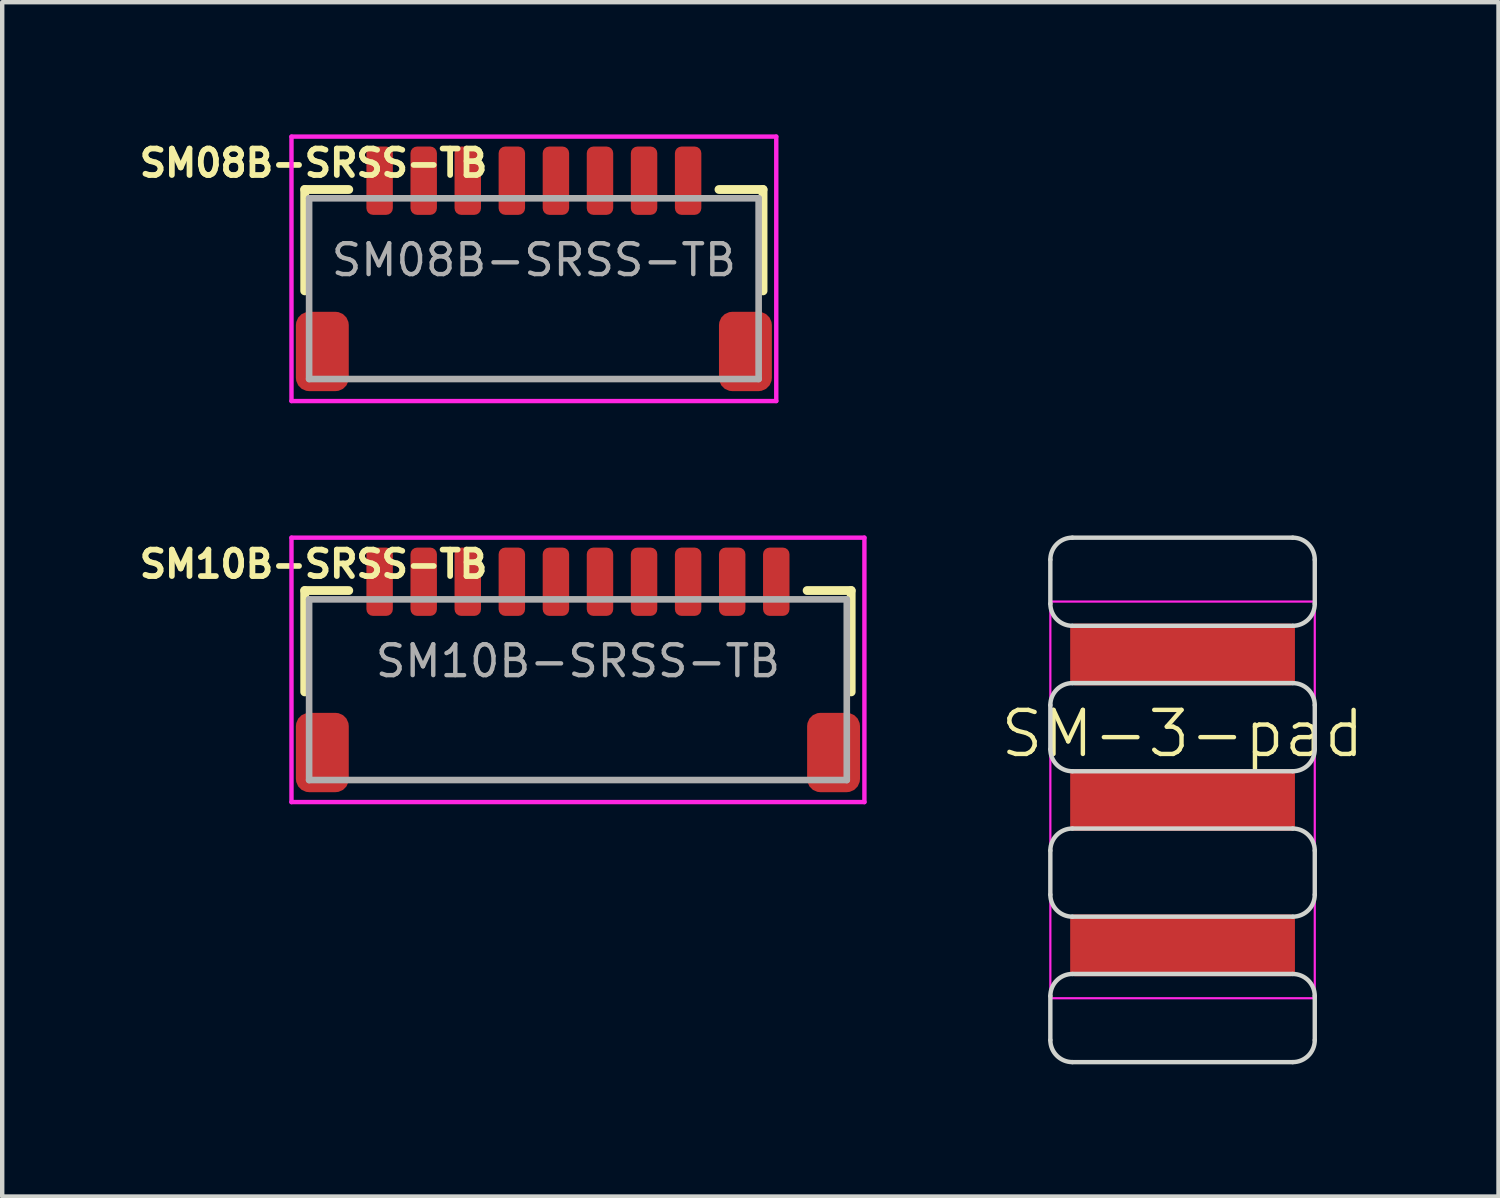
<source format=kicad_pcb>
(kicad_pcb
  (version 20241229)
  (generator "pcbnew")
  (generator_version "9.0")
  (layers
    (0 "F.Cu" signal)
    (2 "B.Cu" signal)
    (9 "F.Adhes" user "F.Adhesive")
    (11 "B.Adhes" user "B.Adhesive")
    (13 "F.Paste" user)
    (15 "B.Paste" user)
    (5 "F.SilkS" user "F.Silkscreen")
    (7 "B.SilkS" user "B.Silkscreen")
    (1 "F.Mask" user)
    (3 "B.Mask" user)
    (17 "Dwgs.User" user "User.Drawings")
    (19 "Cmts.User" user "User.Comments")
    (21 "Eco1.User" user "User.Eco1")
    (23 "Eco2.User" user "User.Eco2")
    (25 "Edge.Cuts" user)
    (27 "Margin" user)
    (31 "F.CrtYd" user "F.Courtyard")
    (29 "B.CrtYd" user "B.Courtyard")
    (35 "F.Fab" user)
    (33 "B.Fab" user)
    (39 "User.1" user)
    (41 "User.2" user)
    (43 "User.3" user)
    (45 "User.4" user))
  (footprint "SM08B-SRSS-TB"
    (layer "F.Cu")
    (at 9.064 2.85)
    (property "Reference" "SM08B-SRSS-TB" (at -5 -2.2 0) (layer "F.SilkS") (effects (font (size 0.6 0.6) (thickness 0.13))))
    (property "Value" "${VALUE}" (at 0 1 0) (layer "F.Fab") (hide yes) (effects (font (size 0.3 0.3) (thickness 0.04))))
    (attr through_hole)
    (fp_line (start -5.2 -1.6) (end -4.2 -1.6) (stroke (width 0.2) (type solid)) (layer "F.SilkS"))
    (fp_line (start -5.2 0.7) (end -5.2 -1.6) (stroke (width 0.2) (type solid)) (layer "F.SilkS"))
    (fp_line (start 4.2 -1.6) (end 5.2 -1.6) (stroke (width 0.2) (type solid)) (layer "F.SilkS"))
    (fp_line (start 5.2 -1.6) (end 5.2 0.7) (stroke (width 0.2) (type solid)) (layer "F.SilkS"))
    (fp_line (start -5.5 -2.8) (end -5.5 3.2) (stroke (width 0.1) (type solid)) (layer "F.CrtYd"))
    (fp_line (start -5.5 3.2) (end 5.5 3.2) (stroke (width 0.1) (type solid)) (layer "F.CrtYd"))
    (fp_line (start 5.5 -2.8) (end -5.5 -2.8) (stroke (width 0.1) (type solid)) (layer "F.CrtYd"))
    (fp_line (start 5.5 3.2) (end 5.5 -2.8) (stroke (width 0.1) (type solid)) (layer "F.CrtYd"))
    (fp_line (start -5.1 -1.4) (end -5.1 2.7) (stroke (width 0.15) (type solid)) (layer "F.Fab"))
    (fp_line (start -5.1 2.7) (end 5.1 2.7) (stroke (width 0.15) (type solid)) (layer "F.Fab"))
    (fp_line (start 5.1 -1.4) (end -5.1 -1.4) (stroke (width 0.15) (type solid)) (layer "F.Fab"))
    (fp_line (start 5.1 2.7) (end 5.1 -1.4) (stroke (width 0.15) (type solid)) (layer "F.Fab"))
    (fp_text user "${REFERENCE}" (at 0 0 0) (layer "F.Fab") (effects (font (size 0.7 0.7) (thickness 0.1))))
    (pad "0" smd roundrect (at -4.8 2.075 180) (size 1.2 1.8) (layers "F.Cu" "F.Mask" "F.Paste") (roundrect_rratio 0.25))
    (pad "0" smd roundrect (at 4.8 2.075 180) (size 1.2 1.8) (layers "F.Cu" "F.Mask" "F.Paste") (roundrect_rratio 0.25))
    (pad "1" smd roundrect (at -3.5 -1.8) (size 0.6 1.55) (layers "F.Cu" "F.Mask" "F.Paste") (roundrect_rratio 0.25))
    (pad "2" smd roundrect (at -2.5 -1.8) (size 0.6 1.55) (layers "F.Cu" "F.Mask" "F.Paste") (roundrect_rratio 0.25))
    (pad "3" smd roundrect (at -1.5 -1.8) (size 0.6 1.55) (layers "F.Cu" "F.Mask" "F.Paste") (roundrect_rratio 0.25))
    (pad "4" smd roundrect (at -0.5 -1.8) (size 0.6 1.55) (layers "F.Cu" "F.Mask" "F.Paste") (roundrect_rratio 0.25))
    (pad "5" smd roundrect (at 0.5 -1.8) (size 0.6 1.55) (layers "F.Cu" "F.Mask" "F.Paste") (roundrect_rratio 0.25))
    (pad "6" smd roundrect (at 1.5 -1.8) (size 0.6 1.55) (layers "F.Cu" "F.Mask" "F.Paste") (roundrect_rratio 0.25))
    (pad "7" smd roundrect (at 2.5 -1.8) (size 0.6 1.55) (layers "F.Cu" "F.Mask" "F.Paste") (roundrect_rratio 0.25))
    (pad "8" smd roundrect (at 3.5 -1.8) (size 0.6 1.55) (layers "F.Cu" "F.Mask" "F.Paste") (roundrect_rratio 0.25)))
  (footprint "SM-3-pad"
    (layer "F.Cu")
    (at 23.783 15.1)
    (property "Reference" "SM-3-pad" (at 0 -1.5 0) (unlocked yes) (layer "F.SilkS") (effects (font (size 1 1) (thickness 0.1))))
    (attr smd board_only exclude_from_pos_files exclude_from_bom)
    (fp_line (start -3 -4.45) (end -3 -5.45) (stroke (width 0.1) (type default)) (layer "Edge.Cuts"))
    (fp_line (start -3 -1.15) (end -3 -2.15) (stroke (width 0.1) (type default)) (layer "Edge.Cuts"))
    (fp_line (start -3 2.15) (end -3 1.15) (stroke (width 0.1) (type default)) (layer "Edge.Cuts"))
    (fp_line (start -3 5.45) (end -3 4.45) (stroke (width 0.1) (type default)) (layer "Edge.Cuts"))
    (fp_line (start -2.5 -5.95) (end 2.5 -5.95) (stroke (width 0.1) (type default)) (layer "Edge.Cuts"))
    (fp_line (start -2.5 -2.65) (end 2.5 -2.65) (stroke (width 0.1) (type default)) (layer "Edge.Cuts"))
    (fp_line (start -2.5 0.65) (end 2.5 0.65) (stroke (width 0.1) (type default)) (layer "Edge.Cuts"))
    (fp_line (start -2.5 3.95) (end 2.5 3.95) (stroke (width 0.1) (type default)) (layer "Edge.Cuts"))
    (fp_line (start 2.5 2.65) (end -2.5 2.65) (stroke (width 0.1) (type default)) (layer "Edge.Cuts"))
    (fp_line (start 2.5 5.95) (end -2.5 5.95) (stroke (width 0.1) (type default)) (layer "Edge.Cuts"))
    (fp_line (start 2.5 -3.95) (end -2.5 -3.95) (stroke (width 0.1) (type default)) (layer "Edge.Cuts"))
    (fp_line (start 2.5 -0.65) (end -2.5 -0.65) (stroke (width 0.1) (type default)) (layer "Edge.Cuts"))
    (fp_line (start 3 -5.45) (end 3 -4.45) (stroke (width 0.1) (type default)) (layer "Edge.Cuts"))
    (fp_line (start 3 -2.15) (end 3 -1.15) (stroke (width 0.1) (type default)) (layer "Edge.Cuts"))
    (fp_line (start 3 1.15) (end 3 2.15) (stroke (width 0.1) (type default)) (layer "Edge.Cuts"))
    (fp_line (start 3 4.45) (end 3 5.45) (stroke (width 0.1) (type default)) (layer "Edge.Cuts"))
    (fp_arc (start -3 -5.450001) (mid -2.853553 -5.803554) (end -2.5 -5.950001) (stroke (width 0.1) (type default)) (layer "Edge.Cuts"))
    (fp_arc (start -3 1.15) (mid -2.853554 0.796446) (end -2.5 0.65) (stroke (width 0.1) (type default)) (layer "Edge.Cuts"))
    (fp_arc (start -3 4.449999) (mid -2.853553 4.096446) (end -2.5 3.949999) (stroke (width 0.1) (type default)) (layer "Edge.Cuts"))
    (fp_arc (start -2.999999 -2.15) (mid -2.853553 -2.503553) (end -2.5 -2.650001) (stroke (width 0.1) (type default)) (layer "Edge.Cuts"))
    (fp_arc (start -2.500001 2.65) (mid -2.853554 2.503553) (end -3 2.15) (stroke (width 0.1) (type default)) (layer "Edge.Cuts"))
    (fp_arc (start -2.5 -0.650001) (mid -2.853553 -0.796448) (end -3 -1.150001) (stroke (width 0.1) (type default)) (layer "Edge.Cuts"))
    (fp_arc (start -2.5 5.95) (mid -2.853553 5.803553) (end -3 5.45) (stroke (width 0.1) (type default)) (layer "Edge.Cuts"))
    (fp_arc (start -2.499999 -3.950001) (mid -2.853553 -4.096447) (end -3 -4.45) (stroke (width 0.1) (type default)) (layer "Edge.Cuts"))
    (fp_arc (start 2.5 -2.650001) (mid 2.853554 -2.503554) (end 3 -2.15) (stroke (width 0.1) (type default)) (layer "Edge.Cuts"))
    (fp_arc (start 2.5 0.65) (mid 2.853553 0.796447) (end 3 1.15) (stroke (width 0.1) (type default)) (layer "Edge.Cuts"))
    (fp_arc (start 2.5 3.949999) (mid 2.853554 4.096446) (end 3 4.450001) (stroke (width 0.1) (type default)) (layer "Edge.Cuts"))
    (fp_arc (start 2.500001 -5.95) (mid 2.853553 -5.803553) (end 3 -5.450001) (stroke (width 0.1) (type default)) (layer "Edge.Cuts"))
    (fp_arc (start 3 -4.45) (mid 2.853553 -4.096448) (end 2.500001 -3.950001) (stroke (width 0.1) (type default)) (layer "Edge.Cuts"))
    (fp_arc (start 3 -1.149999) (mid 2.853553 -0.796447) (end 2.500001 -0.65) (stroke (width 0.1) (type default)) (layer "Edge.Cuts"))
    (fp_arc (start 3 2.149999) (mid 2.853553 2.503552) (end 2.5 2.65) (stroke (width 0.1) (type default)) (layer "Edge.Cuts"))
    (fp_arc (start 3 5.449999) (mid 2.853553 5.803552) (end 2.5 5.95) (stroke (width 0.1) (type default)) (layer "Edge.Cuts"))
    (fp_rect (start -3 -4.5) (end 3 4.5) (stroke (width 0.05) (type default)) (fill no) (layer "F.CrtYd"))
    (pad "1" smd custom (at 0 3.4) (size 0.41 0.41) (layers "F.Cu" "F.Mask") (options (anchor circle)) (primitives (gr_poly (pts (xy -0.6 -0.102) (xy -0.592 -0.142) (xy -0.57 -0.175) (xy -0.537 -0.197) (xy -0.497 -0.205) (xy 0.497 -0.205) (xy 0.537 -0.197) (xy 0.57 -0.175) (xy 0.592 -0.142) (xy 0.6 -0.102) (xy 0.6 0.102) (xy 0.592 0.142) (xy 0.57 0.175) (xy 0.537 0.197) (xy 0.497 0.205) (xy -0.497 0.205) (xy -0.537 0.197) (xy -0.57 0.175) (xy -0.592 0.142) (xy -0.6 0.102)) (width 0) (fill yes)) (gr_poly (pts (xy -2.45 0.5) (xy -2.45 -0.7) (xy 2.45 -0.7) (xy 2.45 0.5)) (width 0.2) (fill yes))))
    (pad "2" smd custom (at 0 0.1) (size 0.41 0.41) (layers "F.Cu" "F.Mask") (options (anchor circle)) (primitives (gr_poly (pts (xy -0.6 -0.102) (xy -0.592 -0.142) (xy -0.57 -0.175) (xy -0.537 -0.197) (xy -0.497 -0.205) (xy 0.497 -0.205) (xy 0.537 -0.197) (xy 0.57 -0.175) (xy 0.592 -0.142) (xy 0.6 -0.102) (xy 0.6 0.102) (xy 0.592 0.142) (xy 0.57 0.175) (xy 0.537 0.197) (xy 0.497 0.205) (xy -0.497 0.205) (xy -0.537 0.197) (xy -0.57 0.175) (xy -0.592 0.142) (xy -0.6 0.102)) (width 0) (fill yes)) (gr_rect (start -2.45 -0.7) (end 2.45 0.5) (width 0.2) (fill yes))))
    (pad "3" smd custom (at -0.1 -3.3) (size 0.41 0.41) (layers "F.Cu" "F.Mask") (options (anchor circle)) (primitives (gr_poly (pts (xy -0.6 -0.102) (xy -0.592 -0.142) (xy -0.57 -0.175) (xy -0.537 -0.197) (xy -0.497 -0.205) (xy 0.497 -0.205) (xy 0.537 -0.197) (xy 0.57 -0.175) (xy 0.592 -0.142) (xy 0.6 -0.102) (xy 0.6 0.102) (xy 0.592 0.142) (xy 0.57 0.175) (xy 0.537 0.197) (xy 0.497 0.205) (xy -0.497 0.205) (xy -0.537 0.197) (xy -0.57 0.175) (xy -0.592 0.142) (xy -0.6 0.102)) (width 0) (fill yes)) (gr_poly (pts (xy 2.55 0.6) (xy -2.35 0.6) (xy -2.35 -0.6) (xy 2.55 -0.6)) (width 0.2) (fill yes)))))
  (footprint "SM10B-SRSS-TB"
    (layer "F.Cu")
    (at 10.064 11.95)
    (property "Reference" "SM10B-SRSS-TB" (at -6 -2.2 0) (layer "F.SilkS") (effects (font (size 0.6 0.6) (thickness 0.13))))
    (property "Value" "${VALUE}" (at 0 1 0) (layer "F.Fab") (hide yes) (effects (font (size 0.3 0.3) (thickness 0.04))))
    (attr through_hole)
    (fp_line (start -6.2 -1.6) (end -5.2 -1.6) (stroke (width 0.2) (type solid)) (layer "F.SilkS"))
    (fp_line (start -6.2 0.7) (end -6.2 -1.6) (stroke (width 0.2) (type solid)) (layer "F.SilkS"))
    (fp_line (start 5.2 -1.6) (end 6.2 -1.6) (stroke (width 0.2) (type solid)) (layer "F.SilkS"))
    (fp_line (start 6.2 -1.6) (end 6.2 0.7) (stroke (width 0.2) (type solid)) (layer "F.SilkS"))
    (fp_line (start -6.5 -2.8) (end -6.5 3.2) (stroke (width 0.1) (type solid)) (layer "F.CrtYd"))
    (fp_line (start -6.5 3.2) (end 6.5 3.2) (stroke (width 0.1) (type solid)) (layer "F.CrtYd"))
    (fp_line (start 6.5 -2.8) (end -6.5 -2.8) (stroke (width 0.1) (type solid)) (layer "F.CrtYd"))
    (fp_line (start 6.5 3.2) (end 6.5 -2.8) (stroke (width 0.1) (type solid)) (layer "F.CrtYd"))
    (fp_line (start -6.1 -1.4) (end -6.1 2.7) (stroke (width 0.15) (type solid)) (layer "F.Fab"))
    (fp_line (start -6.1 2.7) (end 6.1 2.7) (stroke (width 0.15) (type solid)) (layer "F.Fab"))
    (fp_line (start 6.1 -1.4) (end -6.1 -1.4) (stroke (width 0.15) (type solid)) (layer "F.Fab"))
    (fp_line (start 6.1 2.7) (end 6.1 -1.4) (stroke (width 0.15) (type solid)) (layer "F.Fab"))
    (fp_text user "${REFERENCE}" (at 0 0 0) (layer "F.Fab") (effects (font (size 0.7 0.7) (thickness 0.1))))
    (pad "0" smd roundrect (at -5.8 2.075 180) (size 1.2 1.8) (layers "F.Cu" "F.Mask" "F.Paste") (roundrect_rratio 0.25))
    (pad "0" smd roundrect (at 5.8 2.075 180) (size 1.2 1.8) (layers "F.Cu" "F.Mask" "F.Paste") (roundrect_rratio 0.25))
    (pad "1" smd roundrect (at -4.5 -1.8) (size 0.6 1.55) (layers "F.Cu" "F.Mask" "F.Paste") (roundrect_rratio 0.25))
    (pad "2" smd roundrect (at -3.5 -1.8) (size 0.6 1.55) (layers "F.Cu" "F.Mask" "F.Paste") (roundrect_rratio 0.25))
    (pad "3" smd roundrect (at -2.5 -1.8) (size 0.6 1.55) (layers "F.Cu" "F.Mask" "F.Paste") (roundrect_rratio 0.25))
    (pad "4" smd roundrect (at -1.5 -1.8) (size 0.6 1.55) (layers "F.Cu" "F.Mask" "F.Paste") (roundrect_rratio 0.25))
    (pad "5" smd roundrect (at -0.5 -1.8) (size 0.6 1.55) (layers "F.Cu" "F.Mask" "F.Paste") (roundrect_rratio 0.25))
    (pad "6" smd roundrect (at 0.5 -1.8) (size 0.6 1.55) (layers "F.Cu" "F.Mask" "F.Paste") (roundrect_rratio 0.25))
    (pad "7" smd roundrect (at 1.5 -1.8) (size 0.6 1.55) (layers "F.Cu" "F.Mask" "F.Paste") (roundrect_rratio 0.25))
    (pad "8" smd roundrect (at 2.5 -1.8) (size 0.6 1.55) (layers "F.Cu" "F.Mask" "F.Paste") (roundrect_rratio 0.25))
    (pad "9" smd roundrect (at 3.5 -1.8) (size 0.6 1.55) (layers "F.Cu" "F.Mask" "F.Paste") (roundrect_rratio 0.25))
    (pad "10" smd roundrect (at 4.5 -1.8) (size 0.6 1.55) (layers "F.Cu" "F.Mask" "F.Paste") (roundrect_rratio 0.25)))
  (gr_rect
    (start -3 -3)
    (end 30.952 24.1)
    (stroke (width 0.1) (type default))
    (fill no)
    (layer "Edge.Cuts")))
</source>
